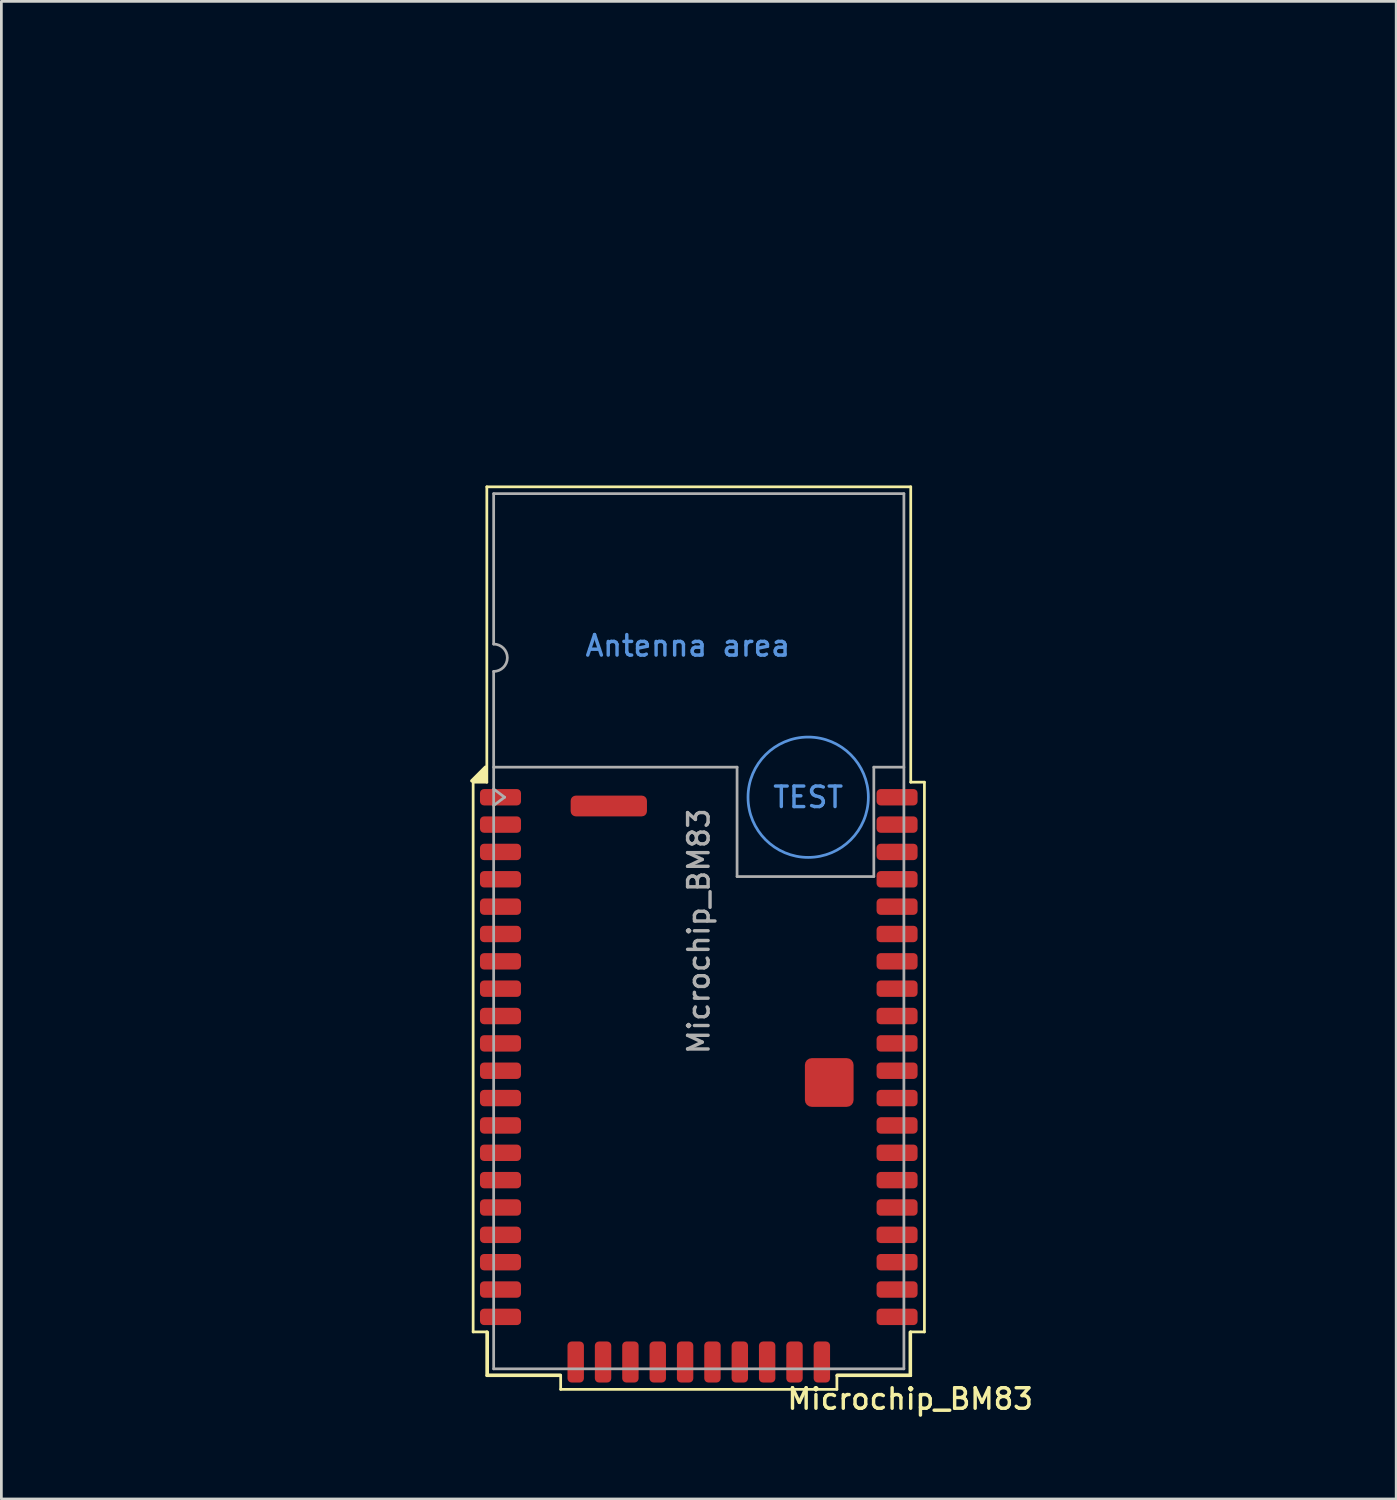
<source format=kicad_pcb>
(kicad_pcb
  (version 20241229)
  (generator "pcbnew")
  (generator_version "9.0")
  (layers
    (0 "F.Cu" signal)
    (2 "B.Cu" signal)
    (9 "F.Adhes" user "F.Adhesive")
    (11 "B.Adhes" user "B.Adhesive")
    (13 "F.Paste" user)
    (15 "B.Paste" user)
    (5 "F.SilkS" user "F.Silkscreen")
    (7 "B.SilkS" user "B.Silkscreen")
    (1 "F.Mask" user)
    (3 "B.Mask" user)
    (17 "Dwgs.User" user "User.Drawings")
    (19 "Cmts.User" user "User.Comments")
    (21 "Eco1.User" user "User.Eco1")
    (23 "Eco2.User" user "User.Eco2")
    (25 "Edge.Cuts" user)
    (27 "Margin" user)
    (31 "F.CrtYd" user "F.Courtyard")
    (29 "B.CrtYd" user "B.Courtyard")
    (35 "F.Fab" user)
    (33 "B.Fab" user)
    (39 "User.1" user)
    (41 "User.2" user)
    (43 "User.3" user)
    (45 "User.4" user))
  (footprint "Microchip_BM83"
    (layer "F.Cu")
    (at 22.5 31)
    (property "Reference" "Microchip_BM83" (at 7.73 17.1 0) (layer "F.SilkS") (effects (font (size 0.75 0.75) (thickness 0.125))))
    (attr smd)
    (fp_line (start -8.25 -5.45) (end -7.75 -5.45) (stroke (width 0.1) (type default)) (layer "F.SilkS"))
    (fp_line (start -8.25 14.65) (end -8.25 -5.45) (stroke (width 0.1) (type default)) (layer "F.SilkS"))
    (fp_line (start -7.75 -16.25) (end 7.75 -16.25) (stroke (width 0.1) (type default)) (layer "F.SilkS"))
    (fp_line (start -7.75 -5.45) (end -7.75 -16.25) (stroke (width 0.1) (type default)) (layer "F.SilkS"))
    (fp_line (start -7.75 14.65) (end -8.25 14.65) (stroke (width 0.1) (type default)) (layer "F.SilkS"))
    (fp_line (start -7.75 16.25) (end -7.75 14.65) (stroke (width 0.1) (type default)) (layer "F.SilkS"))
    (fp_line (start -7.73 14.66) (end -7.73 16.23) (stroke (width 0.12) (type default)) (layer "F.SilkS"))
    (fp_line (start -7.73 16.23) (end -5.06 16.23) (stroke (width 0.12) (type default)) (layer "F.SilkS"))
    (fp_line (start -5.05 16.25) (end -7.75 16.25) (stroke (width 0.1) (type default)) (layer "F.SilkS"))
    (fp_line (start -5.05 16.75) (end -5.05 16.25) (stroke (width 0.1) (type default)) (layer "F.SilkS"))
    (fp_line (start 5.05 16.25) (end 5.05 16.75) (stroke (width 0.1) (type default)) (layer "F.SilkS"))
    (fp_line (start 5.05 16.75) (end -5.05 16.75) (stroke (width 0.1) (type default)) (layer "F.SilkS"))
    (fp_line (start 5.06 16.23) (end 7.73 16.23) (stroke (width 0.12) (type default)) (layer "F.SilkS"))
    (fp_line (start 7.73 16.23) (end 7.73 14.66) (stroke (width 0.12) (type default)) (layer "F.SilkS"))
    (fp_line (start 7.75 -16.25) (end 7.75 -5.45) (stroke (width 0.1) (type default)) (layer "F.SilkS"))
    (fp_line (start 7.75 -5.45) (end 8.25 -5.45) (stroke (width 0.1) (type default)) (layer "F.SilkS"))
    (fp_line (start 7.75 14.65) (end 7.75 16.25) (stroke (width 0.1) (type default)) (layer "F.SilkS"))
    (fp_line (start 7.75 16.25) (end 5.05 16.25) (stroke (width 0.1) (type default)) (layer "F.SilkS"))
    (fp_line (start 8.25 -5.45) (end 8.25 14.65) (stroke (width 0.1) (type default)) (layer "F.SilkS"))
    (fp_line (start 8.25 14.65) (end 7.75 14.65) (stroke (width 0.1) (type default)) (layer "F.SilkS"))
    (fp_poly (pts (xy -7.8 -5.5) (xy -8.3 -5.5) (xy -7.8 -6) (xy -7.8 -5.5)) (stroke (width 0.12) (type solid)) (fill yes) (layer "F.SilkS"))
    (fp_circle (center 4 -4.9) (end 6.2 -4.9) (stroke (width 0.1) (type default)) (fill no) (layer "Cmts.User"))
    (fp_line (start -7.5 -16) (end -7.5 -10.5) (stroke (width 0.1) (type default)) (layer "F.Fab"))
    (fp_line (start -7.5 -6) (end 1.4 -6) (stroke (width 0.1) (type default)) (layer "F.Fab"))
    (fp_line (start -7.5 -5.2) (end -7.1 -4.9) (stroke (width 0.1) (type default)) (layer "F.Fab"))
    (fp_line (start -7.5 16) (end -7.5 -9.5) (stroke (width 0.1) (type default)) (layer "F.Fab"))
    (fp_line (start -7.5 16) (end 7.5 16) (stroke (width 0.1) (type default)) (layer "F.Fab"))
    (fp_line (start -7.1 -4.9) (end -7.5 -4.6) (stroke (width 0.1) (type default)) (layer "F.Fab"))
    (fp_line (start 1.4 -6) (end 1.4 -2) (stroke (width 0.1) (type default)) (layer "F.Fab"))
    (fp_line (start 1.4 -2) (end 6.4 -2) (stroke (width 0.1) (type default)) (layer "F.Fab"))
    (fp_line (start 6.4 -6) (end 7.5 -6) (stroke (width 0.1) (type default)) (layer "F.Fab"))
    (fp_line (start 6.4 -2) (end 6.4 -6) (stroke (width 0.1) (type default)) (layer "F.Fab"))
    (fp_line (start 7.5 -16) (end -7.5 -16) (stroke (width 0.1) (type default)) (layer "F.Fab"))
    (fp_line (start 7.5 16) (end 7.5 -16) (stroke (width 0.1) (type default)) (layer "F.Fab"))
    (fp_arc (start -7.5 -10.5) (mid -7 -10) (end -7.5 -9.5) (stroke (width 0.1) (type default)) (layer "F.Fab"))
    (fp_text user "Antenna area" (at -0.4 -10 0) (unlocked yes) (layer "Cmts.User") (effects (font (size 0.75 0.75) (thickness 0.125)) (justify bottom)))
    (fp_text user "TEST" (at 4 -4.9 0) (unlocked yes) (layer "Cmts.User") (effects (font (size 0.75 0.75) (thickness 0.125))))
    (fp_text user "${REFERENCE}" (at 0 0 90) (layer "F.Fab") (effects (font (size 0.75 0.75) (thickness 0.125))))
    (pad "1" smd roundrect (at -7.25 -4.9) (size 1.5 0.6) (layers "F.Cu" "F.Mask" "F.Paste") (roundrect_rratio 0.25))
    (pad "2" smd roundrect (at -7.25 -3.9) (size 1.5 0.6) (layers "F.Cu" "F.Mask" "F.Paste") (roundrect_rratio 0.25))
    (pad "3" smd roundrect (at -7.25 -2.9) (size 1.5 0.6) (layers "F.Cu" "F.Mask" "F.Paste") (roundrect_rratio 0.25))
    (pad "4" smd roundrect (at -7.25 -1.9) (size 1.5 0.6) (layers "F.Cu" "F.Mask" "F.Paste") (roundrect_rratio 0.25))
    (pad "5" smd roundrect (at -7.25 -0.9) (size 1.5 0.6) (layers "F.Cu" "F.Mask" "F.Paste") (roundrect_rratio 0.25))
    (pad "6" smd roundrect (at -7.25 0.1) (size 1.5 0.6) (layers "F.Cu" "F.Mask" "F.Paste") (roundrect_rratio 0.25))
    (pad "7" smd roundrect (at -7.25 1.1) (size 1.5 0.6) (layers "F.Cu" "F.Mask" "F.Paste") (roundrect_rratio 0.25))
    (pad "8" smd roundrect (at -7.25 2.1) (size 1.5 0.6) (layers "F.Cu" "F.Mask" "F.Paste") (roundrect_rratio 0.25))
    (pad "9" smd roundrect (at -7.25 3.1) (size 1.5 0.6) (layers "F.Cu" "F.Mask" "F.Paste") (roundrect_rratio 0.25))
    (pad "10" smd roundrect (at -7.25 4.1) (size 1.5 0.6) (layers "F.Cu" "F.Mask" "F.Paste") (roundrect_rratio 0.25))
    (pad "11" smd roundrect (at -7.25 5.1) (size 1.5 0.6) (layers "F.Cu" "F.Mask" "F.Paste") (roundrect_rratio 0.25))
    (pad "12" smd roundrect (at -7.25 6.1) (size 1.5 0.6) (layers "F.Cu" "F.Mask" "F.Paste") (roundrect_rratio 0.25))
    (pad "13" smd roundrect (at -7.25 7.1) (size 1.5 0.6) (layers "F.Cu" "F.Mask" "F.Paste") (roundrect_rratio 0.25))
    (pad "14" smd roundrect (at -7.25 8.1) (size 1.5 0.6) (layers "F.Cu" "F.Mask" "F.Paste") (roundrect_rratio 0.25))
    (pad "15" smd roundrect (at -7.25 9.1) (size 1.5 0.6) (layers "F.Cu" "F.Mask" "F.Paste") (roundrect_rratio 0.25))
    (pad "16" smd roundrect (at -7.25 10.1) (size 1.5 0.6) (layers "F.Cu" "F.Mask" "F.Paste") (roundrect_rratio 0.25))
    (pad "17" smd roundrect (at -7.25 11.1) (size 1.5 0.6) (layers "F.Cu" "F.Mask" "F.Paste") (roundrect_rratio 0.25))
    (pad "18" smd roundrect (at -7.25 12.1) (size 1.5 0.6) (layers "F.Cu" "F.Mask" "F.Paste") (roundrect_rratio 0.25))
    (pad "19" smd roundrect (at -7.25 13.1) (size 1.5 0.6) (layers "F.Cu" "F.Mask" "F.Paste") (roundrect_rratio 0.25))
    (pad "20" smd roundrect (at -7.25 14.1) (size 1.5 0.6) (layers "F.Cu" "F.Mask" "F.Paste") (roundrect_rratio 0.25))
    (pad "21" smd roundrect (at -4.5 15.75) (size 0.6 1.5) (layers "F.Cu" "F.Mask" "F.Paste") (roundrect_rratio 0.25))
    (pad "22" smd roundrect (at -3.5 15.75) (size 0.6 1.5) (layers "F.Cu" "F.Mask" "F.Paste") (roundrect_rratio 0.25))
    (pad "23" smd roundrect (at -2.5 15.75) (size 0.6 1.5) (layers "F.Cu" "F.Mask" "F.Paste") (roundrect_rratio 0.25))
    (pad "24" smd roundrect (at -1.5 15.75) (size 0.6 1.5) (layers "F.Cu" "F.Mask" "F.Paste") (roundrect_rratio 0.25))
    (pad "25" smd roundrect (at -0.5 15.75) (size 0.6 1.5) (layers "F.Cu" "F.Mask" "F.Paste") (roundrect_rratio 0.25))
    (pad "26" smd roundrect (at 0.5 15.75) (size 0.6 1.5) (layers "F.Cu" "F.Mask" "F.Paste") (roundrect_rratio 0.25))
    (pad "27" smd roundrect (at 1.5 15.75) (size 0.6 1.5) (layers "F.Cu" "F.Mask" "F.Paste") (roundrect_rratio 0.25))
    (pad "28" smd roundrect (at 2.5 15.75) (size 0.6 1.5) (layers "F.Cu" "F.Mask" "F.Paste") (roundrect_rratio 0.25))
    (pad "29" smd roundrect (at 3.5 15.75) (size 0.6 1.5) (layers "F.Cu" "F.Mask" "F.Paste") (roundrect_rratio 0.25))
    (pad "30" smd roundrect (at 4.5 15.75) (size 0.6 1.5) (layers "F.Cu" "F.Mask" "F.Paste") (roundrect_rratio 0.25))
    (pad "31" smd roundrect (at 7.25 14.1) (size 1.5 0.6) (layers "F.Cu" "F.Mask" "F.Paste") (roundrect_rratio 0.25))
    (pad "32" smd roundrect (at 7.25 13.1) (size 1.5 0.6) (layers "F.Cu" "F.Mask" "F.Paste") (roundrect_rratio 0.25))
    (pad "33" smd roundrect (at 7.25 12.1) (size 1.5 0.6) (layers "F.Cu" "F.Mask" "F.Paste") (roundrect_rratio 0.25))
    (pad "34" smd roundrect (at 7.25 11.1) (size 1.5 0.6) (layers "F.Cu" "F.Mask" "F.Paste") (roundrect_rratio 0.25))
    (pad "35" smd roundrect (at 7.25 10.1) (size 1.5 0.6) (layers "F.Cu" "F.Mask" "F.Paste") (roundrect_rratio 0.25))
    (pad "36" smd roundrect (at 7.25 9.1) (size 1.5 0.6) (layers "F.Cu" "F.Mask" "F.Paste") (roundrect_rratio 0.25))
    (pad "37" smd roundrect (at 7.25 8.1) (size 1.5 0.6) (layers "F.Cu" "F.Mask" "F.Paste") (roundrect_rratio 0.25))
    (pad "38" smd roundrect (at 7.25 7.1) (size 1.5 0.6) (layers "F.Cu" "F.Mask" "F.Paste") (roundrect_rratio 0.25))
    (pad "39" smd roundrect (at 7.25 6.1) (size 1.5 0.6) (layers "F.Cu" "F.Mask" "F.Paste") (roundrect_rratio 0.25))
    (pad "40" smd roundrect (at 7.25 5.1) (size 1.5 0.6) (layers "F.Cu" "F.Mask" "F.Paste") (roundrect_rratio 0.25))
    (pad "41" smd roundrect (at 7.25 4.1) (size 1.5 0.6) (layers "F.Cu" "F.Mask" "F.Paste") (roundrect_rratio 0.25))
    (pad "42" smd roundrect (at 7.25 3.1) (size 1.5 0.6) (layers "F.Cu" "F.Mask" "F.Paste") (roundrect_rratio 0.25))
    (pad "43" smd roundrect (at 7.25 2.1) (size 1.5 0.6) (layers "F.Cu" "F.Mask" "F.Paste") (roundrect_rratio 0.25))
    (pad "44" smd roundrect (at 7.25 1.1) (size 1.5 0.6) (layers "F.Cu" "F.Mask" "F.Paste") (roundrect_rratio 0.25))
    (pad "45" smd roundrect (at 7.25 0.1) (size 1.5 0.6) (layers "F.Cu" "F.Mask" "F.Paste") (roundrect_rratio 0.25))
    (pad "46" smd roundrect (at 7.25 -0.9) (size 1.5 0.6) (layers "F.Cu" "F.Mask" "F.Paste") (roundrect_rratio 0.25))
    (pad "47" smd roundrect (at 7.25 -1.9) (size 1.5 0.6) (layers "F.Cu" "F.Mask" "F.Paste") (roundrect_rratio 0.25))
    (pad "48" smd roundrect (at 7.25 -2.9) (size 1.5 0.6) (layers "F.Cu" "F.Mask" "F.Paste") (roundrect_rratio 0.25))
    (pad "49" smd roundrect (at 7.25 -3.9) (size 1.5 0.6) (layers "F.Cu" "F.Mask" "F.Paste") (roundrect_rratio 0.25))
    (pad "50" smd roundrect (at 7.25 -4.9) (size 1.5 0.6) (layers "F.Cu" "F.Mask" "F.Paste") (roundrect_rratio 0.25))
    (pad "56" smd roundrect (at 4.77 5.53) (size 1.78 1.78) (layers "F.Cu" "F.Mask" "F.Paste") (roundrect_rratio 0.14))
    (pad "57" smd roundrect (at -3.29 -4.58) (size 2.79 0.76) (layers "F.Cu" "F.Mask" "F.Paste") (roundrect_rratio 0.25))
    (zone (net_name "") (layer "F.Cu") (hatch edge 0.5) (connect_pads) (min_thickness 0.25) (filled_areas_thickness no) (keepout (tracks not_allowed) (vias not_allowed) (pads allowed) (copperpour not_allowed) (footprints allowed)) (placement (enabled no)) (fill) (polygon (pts (xy 16.2 25) (xy 16.2 45.6) (xy 15 45.6) (xy 15 47) (xy 17.5 47) (xy 17.5 45.8) (xy 27.5 45.8) (xy 27.5 47) (xy 30 47) (xy 30 45.6) (xy 28.8 45.6) (xy 28.8 25))))
    (zone (net_name "") (layers "F.Cu" "B.Cu" "Cmts.User") (hatch edge 0.5) (connect_pads) (min_thickness 0.25) (filled_areas_thickness no) (keepout (tracks not_allowed) (vias not_allowed) (pads not_allowed) (copperpour not_allowed) (footprints not_allowed)) (placement (enabled no)) (fill) (polygon (pts (xy 0 0) (xy 0 25) (xy 45 25) (xy 45 0)))))
  (gr_rect
    (start -3 -3)
    (end 48 51.758)
    (stroke (width 0.1) (type default))
    (fill no)
    (layer "Edge.Cuts")))
</source>
